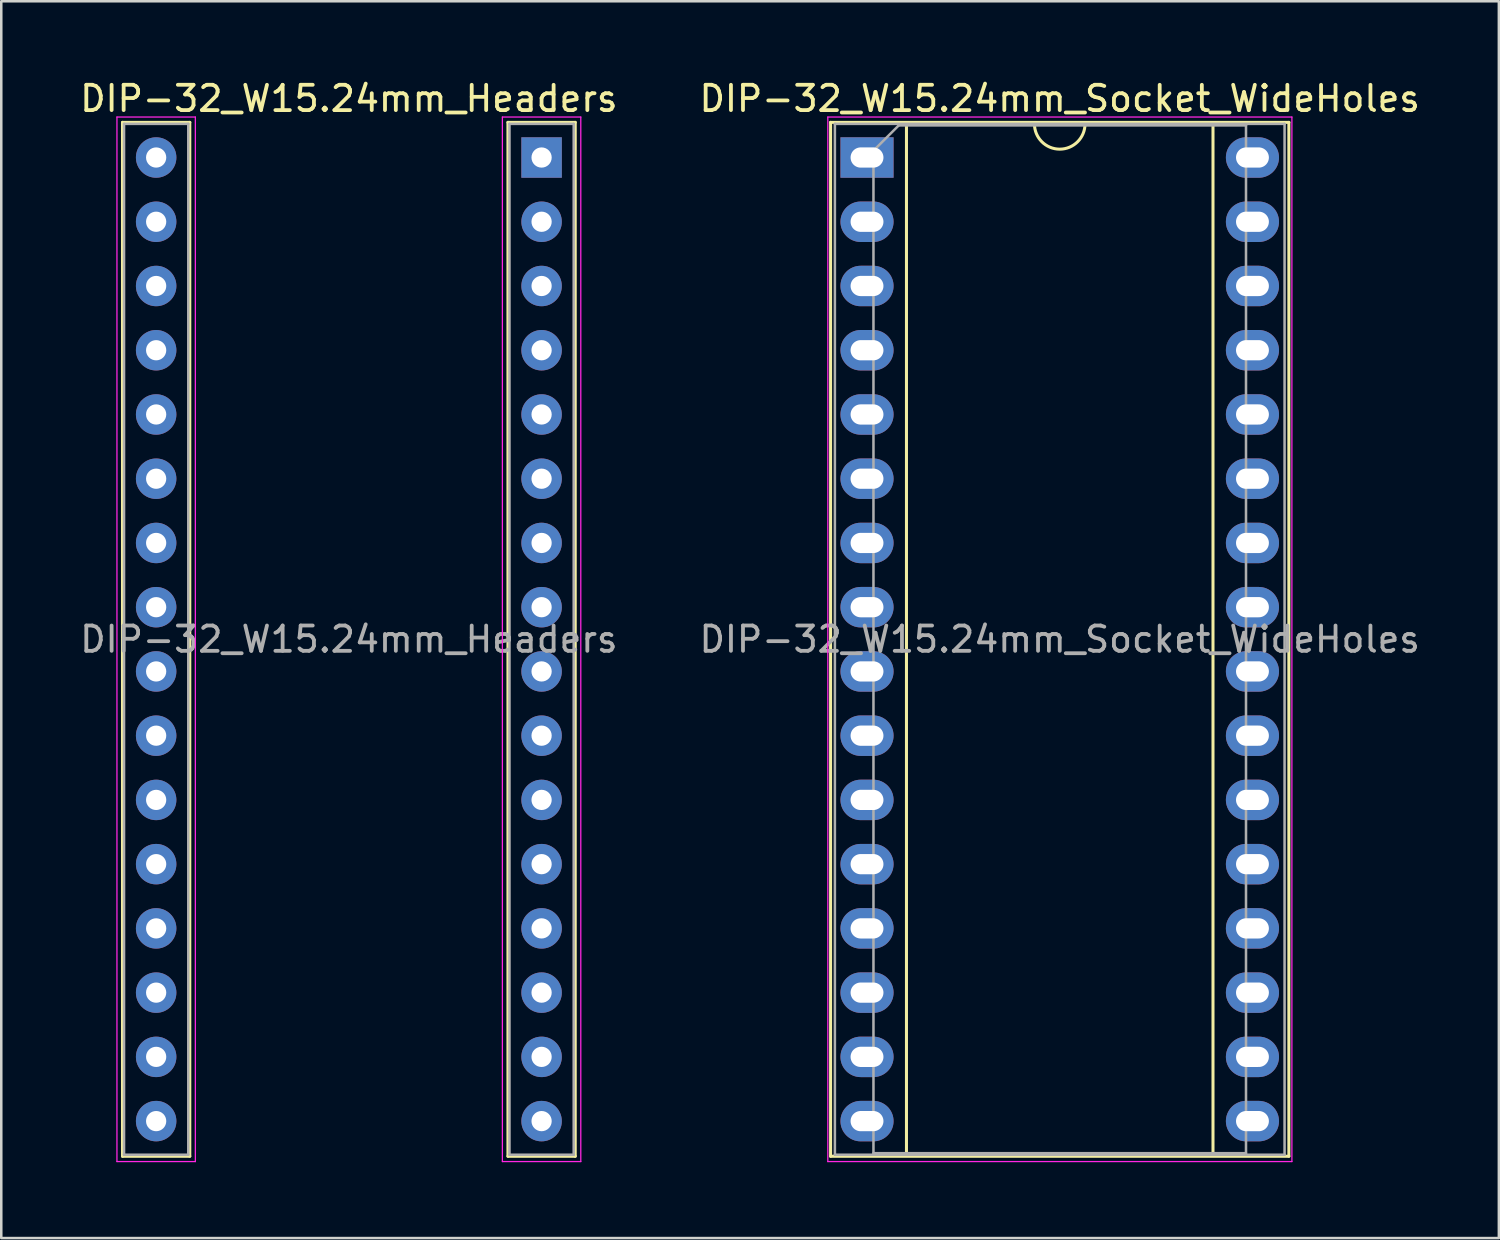
<source format=kicad_pcb>
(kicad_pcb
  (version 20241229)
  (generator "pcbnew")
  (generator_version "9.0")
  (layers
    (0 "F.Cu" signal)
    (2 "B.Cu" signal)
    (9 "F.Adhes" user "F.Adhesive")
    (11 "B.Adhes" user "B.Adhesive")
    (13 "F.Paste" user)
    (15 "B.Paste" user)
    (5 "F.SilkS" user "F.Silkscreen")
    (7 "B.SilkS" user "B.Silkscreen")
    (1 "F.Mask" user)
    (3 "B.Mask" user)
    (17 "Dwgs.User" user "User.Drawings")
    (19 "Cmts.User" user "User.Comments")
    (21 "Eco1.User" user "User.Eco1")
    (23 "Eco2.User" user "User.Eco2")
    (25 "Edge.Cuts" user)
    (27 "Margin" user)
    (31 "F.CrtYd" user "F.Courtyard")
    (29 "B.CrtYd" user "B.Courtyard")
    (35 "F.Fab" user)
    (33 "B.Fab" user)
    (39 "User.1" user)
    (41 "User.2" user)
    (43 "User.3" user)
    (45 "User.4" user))
  (footprint "DIP-32_W15.24mm_Headers"
    (layer "F.Cu")
    (at 3.124 3.178)
    (property "Reference" "DIP-32_W15.24mm_Headers" (at 7.62 -2.33 0) (layer "F.SilkS") (effects (font (size 1 1) (thickness 0.15))))
    (attr through_hole)
    (fp_line (start -1.33 -1.39) (end -1.33 39.49) (stroke (width 0.12) (type solid)) (layer "F.SilkS"))
    (fp_line (start -1.33 39.49) (end 1.33 39.49) (stroke (width 0.12) (type solid)) (layer "F.SilkS"))
    (fp_line (start 1.33 -1.39) (end -1.33 -1.39) (stroke (width 0.12) (type solid)) (layer "F.SilkS"))
    (fp_line (start 1.33 39.49) (end 1.33 -1.39) (stroke (width 0.12) (type solid)) (layer "F.SilkS"))
    (fp_line (start 13.91 -1.39) (end 13.91 39.49) (stroke (width 0.12) (type solid)) (layer "F.SilkS"))
    (fp_line (start 13.91 39.49) (end 16.57 39.49) (stroke (width 0.12) (type solid)) (layer "F.SilkS"))
    (fp_line (start 16.57 -1.39) (end 13.91 -1.39) (stroke (width 0.12) (type solid)) (layer "F.SilkS"))
    (fp_line (start 16.57 39.49) (end 16.57 -1.39) (stroke (width 0.12) (type solid)) (layer "F.SilkS"))
    (fp_line (start -1.55 -1.6) (end -1.55 39.7) (stroke (width 0.05) (type solid)) (layer "F.CrtYd"))
    (fp_line (start -1.55 39.7) (end 1.55 39.7) (stroke (width 0.05) (type solid)) (layer "F.CrtYd"))
    (fp_line (start 1.55 -1.6) (end -1.55 -1.6) (stroke (width 0.05) (type solid)) (layer "F.CrtYd"))
    (fp_line (start 1.55 39.7) (end 1.55 -1.6) (stroke (width 0.05) (type solid)) (layer "F.CrtYd"))
    (fp_line (start 13.69 -1.6) (end 13.69 39.7) (stroke (width 0.05) (type solid)) (layer "F.CrtYd"))
    (fp_line (start 13.69 39.7) (end 16.79 39.7) (stroke (width 0.05) (type solid)) (layer "F.CrtYd"))
    (fp_line (start 16.79 -1.6) (end 13.69 -1.6) (stroke (width 0.05) (type solid)) (layer "F.CrtYd"))
    (fp_line (start 16.79 39.7) (end 16.79 -1.6) (stroke (width 0.05) (type solid)) (layer "F.CrtYd"))
    (fp_line (start -1.27 -1.33) (end -1.27 39.43) (stroke (width 0.1) (type solid)) (layer "F.Fab"))
    (fp_line (start -1.27 39.43) (end 1.27 39.43) (stroke (width 0.1) (type solid)) (layer "F.Fab"))
    (fp_line (start 1.27 -1.33) (end -1.27 -1.33) (stroke (width 0.1) (type solid)) (layer "F.Fab"))
    (fp_line (start 1.27 39.43) (end 1.27 -1.33) (stroke (width 0.1) (type solid)) (layer "F.Fab"))
    (fp_line (start 13.97 -1.33) (end 13.97 39.43) (stroke (width 0.1) (type solid)) (layer "F.Fab"))
    (fp_line (start 13.97 39.43) (end 16.51 39.43) (stroke (width 0.1) (type solid)) (layer "F.Fab"))
    (fp_line (start 16.51 -1.33) (end 13.97 -1.33) (stroke (width 0.1) (type solid)) (layer "F.Fab"))
    (fp_line (start 16.51 39.43) (end 16.51 -1.33) (stroke (width 0.1) (type solid)) (layer "F.Fab"))
    (fp_text user "${REFERENCE}" (at 7.62 19.05 0) (layer "F.Fab") (effects (font (size 1 1) (thickness 0.15))))
    (pad "1" thru_hole rect (at 15.24 0) (size 1.6 1.6) (drill 0.8) (layers "*.Cu" "*.Mask"))
    (pad "2" thru_hole oval (at 15.24 2.54) (size 1.6 1.6) (drill 0.8) (layers "*.Cu" "*.Mask"))
    (pad "3" thru_hole oval (at 15.24 5.08) (size 1.6 1.6) (drill 0.8) (layers "*.Cu" "*.Mask"))
    (pad "4" thru_hole oval (at 15.24 7.62) (size 1.6 1.6) (drill 0.8) (layers "*.Cu" "*.Mask"))
    (pad "5" thru_hole oval (at 15.24 10.16) (size 1.6 1.6) (drill 0.8) (layers "*.Cu" "*.Mask"))
    (pad "6" thru_hole oval (at 15.24 12.7) (size 1.6 1.6) (drill 0.8) (layers "*.Cu" "*.Mask"))
    (pad "7" thru_hole oval (at 15.24 15.24) (size 1.6 1.6) (drill 0.8) (layers "*.Cu" "*.Mask"))
    (pad "8" thru_hole oval (at 15.24 17.78) (size 1.6 1.6) (drill 0.8) (layers "*.Cu" "*.Mask"))
    (pad "9" thru_hole oval (at 15.24 20.32) (size 1.6 1.6) (drill 0.8) (layers "*.Cu" "*.Mask"))
    (pad "10" thru_hole oval (at 15.24 22.86) (size 1.6 1.6) (drill 0.8) (layers "*.Cu" "*.Mask"))
    (pad "11" thru_hole oval (at 15.24 25.4) (size 1.6 1.6) (drill 0.8) (layers "*.Cu" "*.Mask"))
    (pad "12" thru_hole oval (at 15.24 27.94) (size 1.6 1.6) (drill 0.8) (layers "*.Cu" "*.Mask"))
    (pad "13" thru_hole oval (at 15.24 30.48) (size 1.6 1.6) (drill 0.8) (layers "*.Cu" "*.Mask"))
    (pad "14" thru_hole oval (at 15.24 33.02) (size 1.6 1.6) (drill 0.8) (layers "*.Cu" "*.Mask"))
    (pad "15" thru_hole oval (at 15.24 35.56) (size 1.6 1.6) (drill 0.8) (layers "*.Cu" "*.Mask"))
    (pad "16" thru_hole oval (at 15.24 38.1) (size 1.6 1.6) (drill 0.8) (layers "*.Cu" "*.Mask"))
    (pad "17" thru_hole oval (at 0 38.1) (size 1.6 1.6) (drill 0.8) (layers "*.Cu" "*.Mask"))
    (pad "18" thru_hole oval (at 0 35.56) (size 1.6 1.6) (drill 0.8) (layers "*.Cu" "*.Mask"))
    (pad "19" thru_hole oval (at 0 33.02) (size 1.6 1.6) (drill 0.8) (layers "*.Cu" "*.Mask"))
    (pad "20" thru_hole oval (at 0 30.48) (size 1.6 1.6) (drill 0.8) (layers "*.Cu" "*.Mask"))
    (pad "21" thru_hole oval (at 0 27.94) (size 1.6 1.6) (drill 0.8) (layers "*.Cu" "*.Mask"))
    (pad "22" thru_hole oval (at 0 25.4) (size 1.6 1.6) (drill 0.8) (layers "*.Cu" "*.Mask"))
    (pad "23" thru_hole oval (at 0 22.86) (size 1.6 1.6) (drill 0.8) (layers "*.Cu" "*.Mask"))
    (pad "24" thru_hole oval (at 0 20.32) (size 1.6 1.6) (drill 0.8) (layers "*.Cu" "*.Mask"))
    (pad "25" thru_hole oval (at 0 17.78) (size 1.6 1.6) (drill 0.8) (layers "*.Cu" "*.Mask"))
    (pad "26" thru_hole oval (at 0 15.24) (size 1.6 1.6) (drill 0.8) (layers "*.Cu" "*.Mask"))
    (pad "27" thru_hole oval (at 0 12.7) (size 1.6 1.6) (drill 0.8) (layers "*.Cu" "*.Mask"))
    (pad "28" thru_hole oval (at 0 10.16) (size 1.6 1.6) (drill 0.8) (layers "*.Cu" "*.Mask"))
    (pad "29" thru_hole oval (at 0 7.62) (size 1.6 1.6) (drill 0.8) (layers "*.Cu" "*.Mask"))
    (pad "30" thru_hole oval (at 0 5.08) (size 1.6 1.6) (drill 0.8) (layers "*.Cu" "*.Mask"))
    (pad "31" thru_hole oval (at 0 2.54) (size 1.6 1.6) (drill 0.8) (layers "*.Cu" "*.Mask"))
    (pad "32" thru_hole oval (at 0 0) (size 1.6 1.6) (drill 0.8) (layers "*.Cu" "*.Mask")))
  (footprint "DIP-32_W15.24mm_Socket_WideHoles"
    (layer "F.Cu")
    (at 31.231 3.178)
    (property "Reference" "DIP-32_W15.24mm_Socket_WideHoles" (at 7.62 -2.33 0) (layer "F.SilkS") (effects (font (size 1 1) (thickness 0.15))))
    (attr through_hole)
    (fp_line (start -1.44 -1.39) (end -1.44 39.49) (stroke (width 0.12) (type solid)) (layer "F.SilkS"))
    (fp_line (start -1.44 39.49) (end 16.68 39.49) (stroke (width 0.12) (type solid)) (layer "F.SilkS"))
    (fp_line (start 1.56 -1.33) (end 1.56 39.43) (stroke (width 0.12) (type solid)) (layer "F.SilkS"))
    (fp_line (start 1.56 39.43) (end 13.68 39.43) (stroke (width 0.12) (type solid)) (layer "F.SilkS"))
    (fp_line (start 6.62 -1.33) (end 1.56 -1.33) (stroke (width 0.12) (type solid)) (layer "F.SilkS"))
    (fp_line (start 13.68 -1.33) (end 8.62 -1.33) (stroke (width 0.12) (type solid)) (layer "F.SilkS"))
    (fp_line (start 13.68 39.43) (end 13.68 -1.33) (stroke (width 0.12) (type solid)) (layer "F.SilkS"))
    (fp_line (start 16.68 -1.39) (end -1.44 -1.39) (stroke (width 0.12) (type solid)) (layer "F.SilkS"))
    (fp_line (start 16.68 39.49) (end 16.68 -1.39) (stroke (width 0.12) (type solid)) (layer "F.SilkS"))
    (fp_arc (start 8.62 -1.33) (mid 7.62 -0.33) (end 6.62 -1.33) (stroke (width 0.12) (type solid)) (layer "F.SilkS"))
    (fp_line (start -1.55 -1.6) (end -1.55 39.7) (stroke (width 0.05) (type solid)) (layer "F.CrtYd"))
    (fp_line (start -1.55 39.7) (end 16.8 39.7) (stroke (width 0.05) (type solid)) (layer "F.CrtYd"))
    (fp_line (start 16.8 -1.6) (end -1.55 -1.6) (stroke (width 0.05) (type solid)) (layer "F.CrtYd"))
    (fp_line (start 16.8 39.7) (end 16.8 -1.6) (stroke (width 0.05) (type solid)) (layer "F.CrtYd"))
    (fp_line (start -1.27 -1.33) (end -1.27 39.43) (stroke (width 0.1) (type solid)) (layer "F.Fab"))
    (fp_line (start -1.27 39.43) (end 16.51 39.43) (stroke (width 0.1) (type solid)) (layer "F.Fab"))
    (fp_line (start 0.255 -0.27) (end 1.255 -1.27) (stroke (width 0.1) (type solid)) (layer "F.Fab"))
    (fp_line (start 0.255 39.37) (end 0.255 -0.27) (stroke (width 0.1) (type solid)) (layer "F.Fab"))
    (fp_line (start 1.255 -1.27) (end 14.985 -1.27) (stroke (width 0.1) (type solid)) (layer "F.Fab"))
    (fp_line (start 14.985 -1.27) (end 14.985 39.37) (stroke (width 0.1) (type solid)) (layer "F.Fab"))
    (fp_line (start 14.985 39.37) (end 0.255 39.37) (stroke (width 0.1) (type solid)) (layer "F.Fab"))
    (fp_line (start 16.51 -1.33) (end -1.27 -1.33) (stroke (width 0.1) (type solid)) (layer "F.Fab"))
    (fp_line (start 16.51 39.43) (end 16.51 -1.33) (stroke (width 0.1) (type solid)) (layer "F.Fab"))
    (fp_text user "${REFERENCE}" (at 7.62 19.05 0) (layer "F.Fab") (effects (font (size 1 1) (thickness 0.15))))
    (pad "1" thru_hole rect (at 0 0) (size 2.1 1.6) (drill oval 1.3 0.8) (layers "*.Cu" "*.Mask"))
    (pad "2" thru_hole oval (at 0 2.54) (size 2.1 1.6) (drill oval 1.3 0.8) (layers "*.Cu" "*.Mask"))
    (pad "3" thru_hole oval (at 0 5.08) (size 2.1 1.6) (drill oval 1.3 0.8) (layers "*.Cu" "*.Mask"))
    (pad "4" thru_hole oval (at 0 7.62) (size 2.1 1.6) (drill oval 1.3 0.8) (layers "*.Cu" "*.Mask"))
    (pad "5" thru_hole oval (at 0 10.16) (size 2.1 1.6) (drill oval 1.3 0.8) (layers "*.Cu" "*.Mask"))
    (pad "6" thru_hole oval (at 0 12.7) (size 2.1 1.6) (drill oval 1.3 0.8) (layers "*.Cu" "*.Mask"))
    (pad "7" thru_hole oval (at 0 15.24) (size 2.1 1.6) (drill oval 1.3 0.8) (layers "*.Cu" "*.Mask"))
    (pad "8" thru_hole oval (at 0 17.78) (size 2.1 1.6) (drill oval 1.3 0.8) (layers "*.Cu" "*.Mask"))
    (pad "9" thru_hole oval (at 0 20.32) (size 2.1 1.6) (drill oval 1.3 0.8) (layers "*.Cu" "*.Mask"))
    (pad "10" thru_hole oval (at 0 22.86) (size 2.1 1.6) (drill oval 1.3 0.8) (layers "*.Cu" "*.Mask"))
    (pad "11" thru_hole oval (at 0 25.4) (size 2.1 1.6) (drill oval 1.3 0.8) (layers "*.Cu" "*.Mask"))
    (pad "12" thru_hole oval (at 0 27.94) (size 2.1 1.6) (drill oval 1.3 0.8) (layers "*.Cu" "*.Mask"))
    (pad "13" thru_hole oval (at 0 30.48) (size 2.1 1.6) (drill oval 1.3 0.8) (layers "*.Cu" "*.Mask"))
    (pad "14" thru_hole oval (at 0 33.02) (size 2.1 1.6) (drill oval 1.3 0.8) (layers "*.Cu" "*.Mask"))
    (pad "15" thru_hole oval (at 0 35.56) (size 2.1 1.6) (drill oval 1.3 0.8) (layers "*.Cu" "*.Mask"))
    (pad "16" thru_hole oval (at 0 38.1) (size 2.1 1.6) (drill oval 1.3 0.8) (layers "*.Cu" "*.Mask"))
    (pad "17" thru_hole oval (at 15.24 38.1) (size 2.1 1.6) (drill oval 1.3 0.8) (layers "*.Cu" "*.Mask"))
    (pad "18" thru_hole oval (at 15.24 35.56) (size 2.1 1.6) (drill oval 1.3 0.8) (layers "*.Cu" "*.Mask"))
    (pad "19" thru_hole oval (at 15.24 33.02) (size 2.1 1.6) (drill oval 1.3 0.8) (layers "*.Cu" "*.Mask"))
    (pad "20" thru_hole oval (at 15.24 30.48) (size 2.1 1.6) (drill oval 1.3 0.8) (layers "*.Cu" "*.Mask"))
    (pad "21" thru_hole oval (at 15.24 27.94) (size 2.1 1.6) (drill oval 1.3 0.8) (layers "*.Cu" "*.Mask"))
    (pad "22" thru_hole oval (at 15.24 25.4) (size 2.1 1.6) (drill oval 1.3 0.8) (layers "*.Cu" "*.Mask"))
    (pad "23" thru_hole oval (at 15.24 22.86) (size 2.1 1.6) (drill oval 1.3 0.8) (layers "*.Cu" "*.Mask"))
    (pad "24" thru_hole oval (at 15.24 20.32) (size 2.1 1.6) (drill oval 1.3 0.8) (layers "*.Cu" "*.Mask"))
    (pad "25" thru_hole oval (at 15.24 17.78) (size 2.1 1.6) (drill oval 1.3 0.8) (layers "*.Cu" "*.Mask"))
    (pad "26" thru_hole oval (at 15.24 15.24) (size 2.1 1.6) (drill oval 1.3 0.8) (layers "*.Cu" "*.Mask"))
    (pad "27" thru_hole oval (at 15.24 12.7) (size 2.1 1.6) (drill oval 1.3 0.8) (layers "*.Cu" "*.Mask"))
    (pad "28" thru_hole oval (at 15.24 10.16) (size 2.1 1.6) (drill oval 1.3 0.8) (layers "*.Cu" "*.Mask"))
    (pad "29" thru_hole oval (at 15.24 7.62) (size 2.1 1.6) (drill oval 1.3 0.8) (layers "*.Cu" "*.Mask"))
    (pad "30" thru_hole oval (at 15.24 5.08) (size 2.1 1.6) (drill oval 1.3 0.8) (layers "*.Cu" "*.Mask"))
    (pad "31" thru_hole oval (at 15.24 2.54) (size 2.1 1.6) (drill oval 1.3 0.8) (layers "*.Cu" "*.Mask"))
    (pad "32" thru_hole oval (at 15.24 0) (size 2.1 1.6) (drill oval 1.3 0.8) (layers "*.Cu" "*.Mask")))
  (gr_rect
    (start -3 -3)
    (end 56.214 45.903)
    (stroke (width 0.1) (type default))
    (fill no)
    (layer "Edge.Cuts")))
</source>
